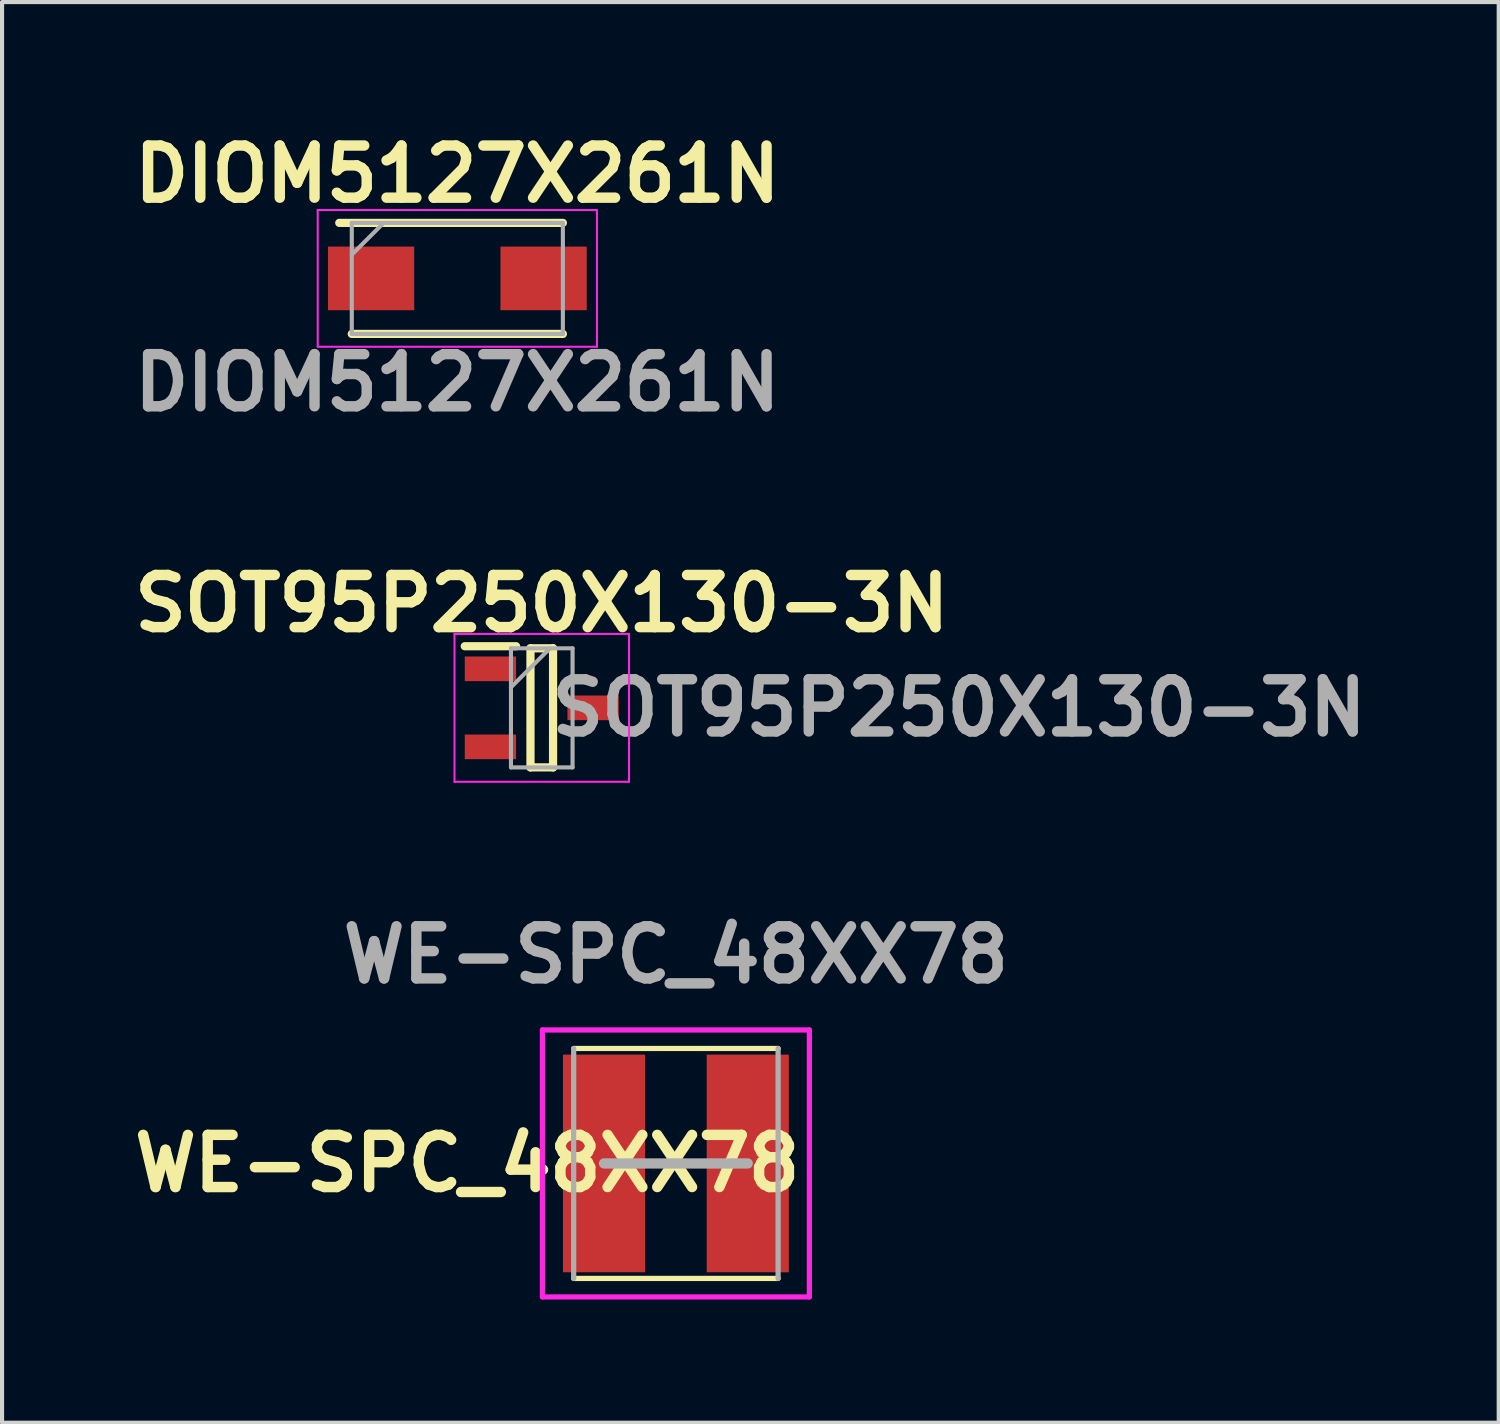
<source format=kicad_pcb>
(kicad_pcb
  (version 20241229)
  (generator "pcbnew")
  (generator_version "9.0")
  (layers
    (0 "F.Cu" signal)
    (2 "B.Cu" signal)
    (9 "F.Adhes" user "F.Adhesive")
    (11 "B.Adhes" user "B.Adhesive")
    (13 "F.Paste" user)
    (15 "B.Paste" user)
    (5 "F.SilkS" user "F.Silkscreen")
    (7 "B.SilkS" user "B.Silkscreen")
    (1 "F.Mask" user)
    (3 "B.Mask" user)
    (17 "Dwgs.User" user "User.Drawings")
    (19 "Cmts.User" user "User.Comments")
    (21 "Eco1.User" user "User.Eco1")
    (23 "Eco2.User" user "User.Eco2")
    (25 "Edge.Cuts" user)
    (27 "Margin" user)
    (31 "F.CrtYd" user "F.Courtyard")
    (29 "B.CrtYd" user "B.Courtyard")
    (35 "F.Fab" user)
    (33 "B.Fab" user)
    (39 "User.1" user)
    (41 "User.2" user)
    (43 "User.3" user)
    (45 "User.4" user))
  (footprint "WE-SPC_48XX78"
    (layer "F.Cu")
    (at 13.408 25.28)
    (property "Reference" "WE-SPC_48XX78" (at -5.08 0 0) (layer "F.SilkS") (effects (font (size 1.27 1.27) (thickness 0.254))))
    (attr smd)
    (fp_line (start -2.489 -2.8) (end 2.489 -2.8) (stroke (width 0.127) (type solid)) (layer "F.SilkS"))
    (fp_line (start 2.489 2.8) (end -2.489 2.8) (stroke (width 0.127) (type solid)) (layer "F.SilkS"))
    (fp_line (start -3.25 -3.25) (end 3.25 -3.25) (stroke (width 0.127) (type solid)) (layer "F.CrtYd"))
    (fp_line (start -3.25 3.25) (end -3.25 -3.25) (stroke (width 0.127) (type solid)) (layer "F.CrtYd"))
    (fp_line (start 3.25 -3.25) (end 3.25 3.25) (stroke (width 0.127) (type solid)) (layer "F.CrtYd"))
    (fp_line (start 3.25 3.25) (end -3.25 3.25) (stroke (width 0.127) (type solid)) (layer "F.CrtYd"))
    (fp_line (start -2.489 2.8) (end -2.489 -2.8) (stroke (width 0.127) (type solid)) (layer "F.Fab"))
    (fp_line (start -1.75 0) (end 1.75 0) (stroke (width 0.25) (type solid)) (layer "F.Fab"))
    (fp_line (start 2.489 -2.8) (end 2.489 2.8) (stroke (width 0.127) (type solid)) (layer "F.Fab"))
    (fp_text user "${REFERENCE}" (at 0 -5.08 0) (layer "F.Fab") (effects (font (size 1.27 1.27) (thickness 0.254))))
    (pad "1" smd rect (at -1.75 0) (size 2 5.3) (layers "F.Cu" "F.Mask" "F.Paste"))
    (pad "2" smd rect (at 1.75 0) (size 2 5.3) (layers "F.Cu" "F.Mask" "F.Paste")))
  (footprint "DIOM5127X261N"
    (layer "F.Cu")
    (at 8.086 3.729)
    (property "Reference" "DIOM5127X261N" (at 0 -2.54 0) (layer "F.SilkS") (effects (font (size 1.27 1.27) (thickness 0.254))))
    (attr smd)
    (fp_line (start -2.57 1.352) (end 2.57 1.352) (stroke (width 0.2) (type solid)) (layer "F.SilkS"))
    (fp_line (start 2.57 -1.352) (end -2.875 -1.352) (stroke (width 0.2) (type solid)) (layer "F.SilkS"))
    (fp_line (start -3.4 -1.665) (end 3.4 -1.665) (stroke (width 0.05) (type solid)) (layer "F.CrtYd"))
    (fp_line (start -3.4 1.665) (end -3.4 -1.665) (stroke (width 0.05) (type solid)) (layer "F.CrtYd"))
    (fp_line (start 3.4 -1.665) (end 3.4 1.665) (stroke (width 0.05) (type solid)) (layer "F.CrtYd"))
    (fp_line (start 3.4 1.665) (end -3.4 1.665) (stroke (width 0.05) (type solid)) (layer "F.CrtYd"))
    (fp_line (start -2.57 -1.352) (end 2.57 -1.352) (stroke (width 0.1) (type solid)) (layer "F.Fab"))
    (fp_line (start -2.57 -0.578) (end -1.795 -1.352) (stroke (width 0.1) (type solid)) (layer "F.Fab"))
    (fp_line (start -2.57 1.352) (end -2.57 -1.352) (stroke (width 0.1) (type solid)) (layer "F.Fab"))
    (fp_line (start 2.57 -1.352) (end 2.57 1.352) (stroke (width 0.1) (type solid)) (layer "F.Fab"))
    (fp_line (start 2.57 1.352) (end -2.57 1.352) (stroke (width 0.1) (type solid)) (layer "F.Fab"))
    (fp_text user "${REFERENCE}" (at 0 2.54 0) (layer "F.Fab") (effects (font (size 1.27 1.27) (thickness 0.254))))
    (pad "1" smd rect (at -2.1 0 90) (size 1.55 2.1) (layers "F.Cu" "F.Mask" "F.Paste"))
    (pad "2" smd rect (at 2.1 0 90) (size 1.55 2.1) (layers "F.Cu" "F.Mask" "F.Paste")))
  (footprint "SOT95P250X130-3N"
    (layer "F.Cu")
    (at 10.142 14.186)
    (property "Reference" "SOT95P250X130-3N" (at 0 -2.54 0) (layer "F.SilkS") (effects (font (size 1.27 1.27) (thickness 0.254))))
    (attr smd)
    (fp_line (start -1.875 -1.5) (end -0.625 -1.5) (stroke (width 0.2) (type solid)) (layer "F.SilkS"))
    (fp_line (start -0.275 -1.45) (end 0.275 -1.45) (stroke (width 0.2) (type solid)) (layer "F.SilkS"))
    (fp_line (start -0.275 1.45) (end -0.275 -1.45) (stroke (width 0.2) (type solid)) (layer "F.SilkS"))
    (fp_line (start 0.275 -1.45) (end 0.275 1.45) (stroke (width 0.2) (type solid)) (layer "F.SilkS"))
    (fp_line (start 0.275 1.45) (end -0.275 1.45) (stroke (width 0.2) (type solid)) (layer "F.SilkS"))
    (fp_line (start -2.125 -1.8) (end 2.125 -1.8) (stroke (width 0.05) (type solid)) (layer "F.CrtYd"))
    (fp_line (start -2.125 1.8) (end -2.125 -1.8) (stroke (width 0.05) (type solid)) (layer "F.CrtYd"))
    (fp_line (start 2.125 -1.8) (end 2.125 1.8) (stroke (width 0.05) (type solid)) (layer "F.CrtYd"))
    (fp_line (start 2.125 1.8) (end -2.125 1.8) (stroke (width 0.05) (type solid)) (layer "F.CrtYd"))
    (fp_line (start -0.75 -1.45) (end 0.75 -1.45) (stroke (width 0.1) (type solid)) (layer "F.Fab"))
    (fp_line (start -0.75 -0.5) (end 0.2 -1.45) (stroke (width 0.1) (type solid)) (layer "F.Fab"))
    (fp_line (start -0.75 1.45) (end -0.75 -1.45) (stroke (width 0.1) (type solid)) (layer "F.Fab"))
    (fp_line (start 0.75 -1.45) (end 0.75 1.45) (stroke (width 0.1) (type solid)) (layer "F.Fab"))
    (fp_line (start 0.75 1.45) (end -0.75 1.45) (stroke (width 0.1) (type solid)) (layer "F.Fab"))
    (fp_text user "${REFERENCE}" (at 10.16 0 0) (layer "F.Fab") (effects (font (size 1.27 1.27) (thickness 0.254))))
    (pad "1" smd rect (at -1.25 -0.95 90) (size 0.6 1.25) (layers "F.Cu" "F.Mask" "F.Paste"))
    (pad "2" smd rect (at -1.25 0.95 90) (size 0.6 1.25) (layers "F.Cu" "F.Mask" "F.Paste"))
    (pad "3" smd rect (at 1.25 0 90) (size 0.6 1.25) (layers "F.Cu" "F.Mask" "F.Paste")))
  (gr_rect
    (start -3 -3)
    (end 33.444 31.593)
    (stroke (width 0.1) (type default))
    (fill no)
    (layer "Edge.Cuts")))
</source>
